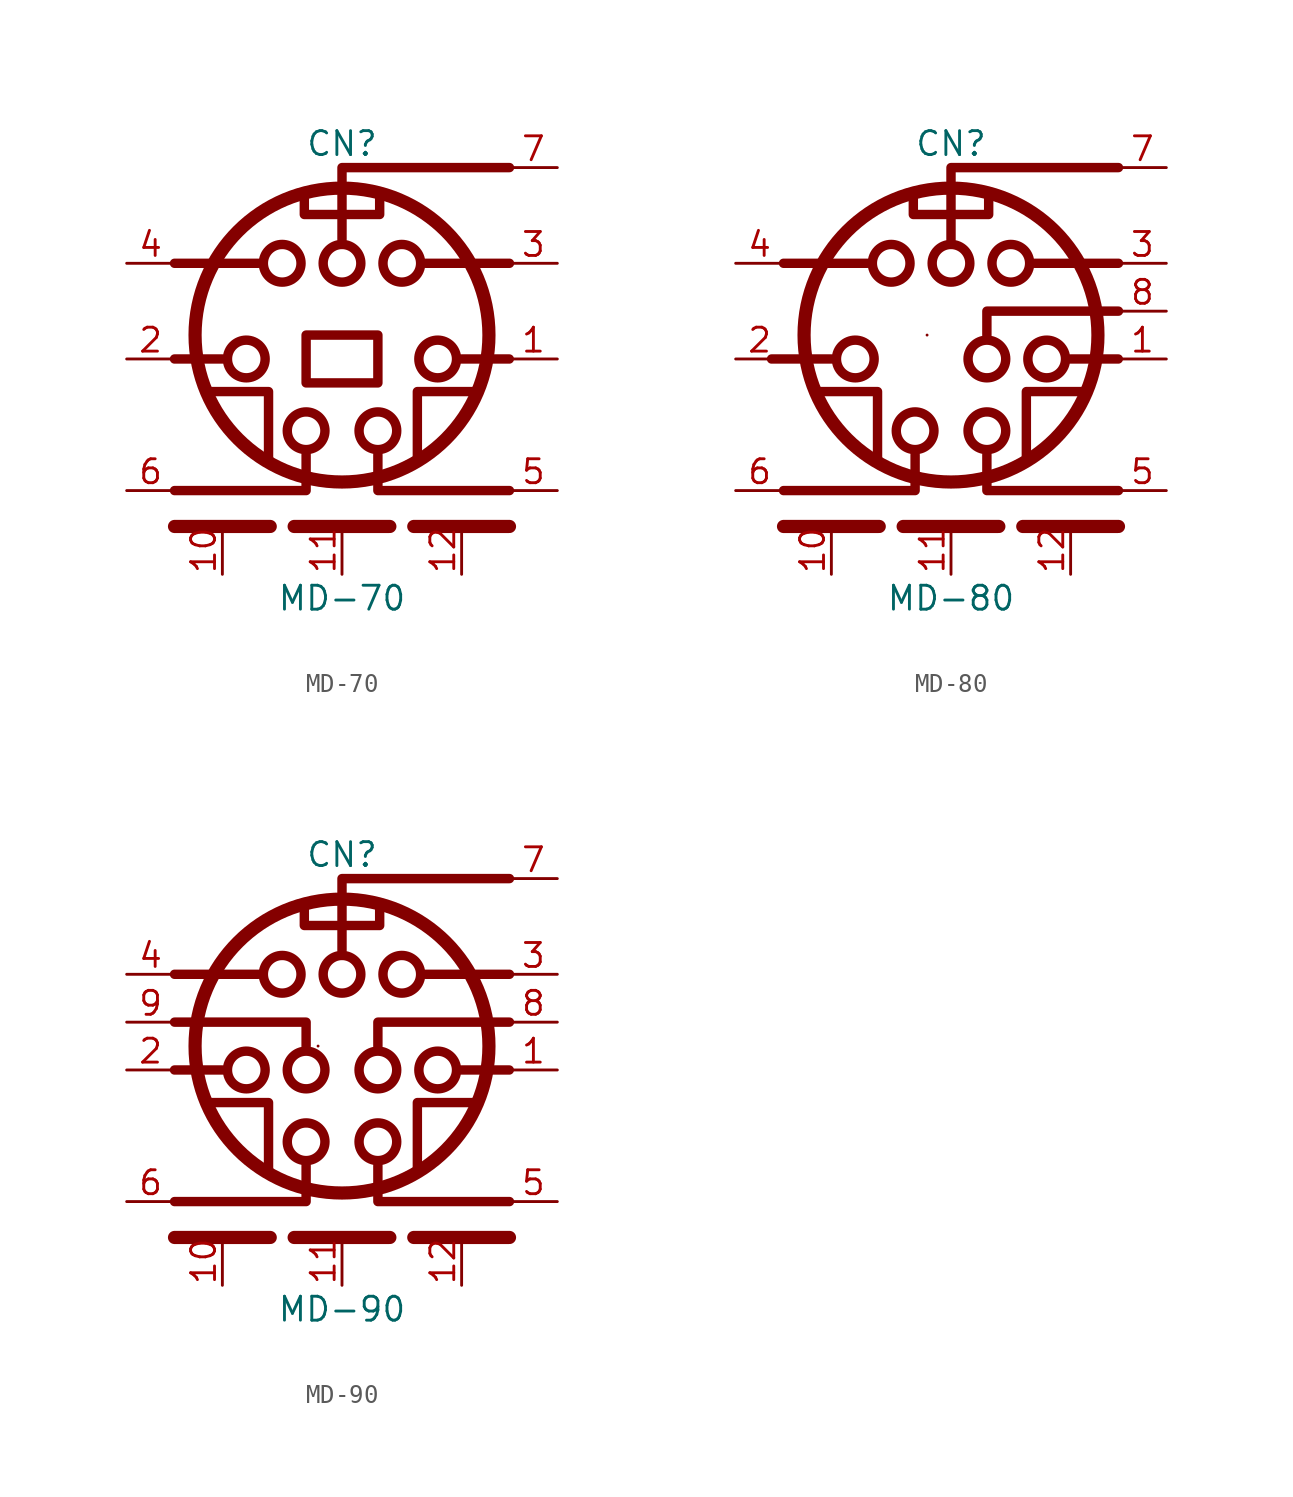
<source format=kicad_sym>
(kicad_symbol_lib
  (version 20211014)
  (generator kicad_symbol_editor)
  (symbol "MD-70"
    (property "Reference" "CN"
      (at 0 10.16 0)
      (effects (font (size 1.27 1.27))))
    (property "Value" "MD-70"
      (at 0 -13.97 0)
      (effects (font (size 1.27 1.27))))
    (symbol "MD-70_0_1"
      (circle (center -5.08 -1.27) (radius 1) (stroke (width 0.5) (type default) (color 0 0 0 0)) (fill (type none)))
      (circle (center -3.175 3.81) (radius 1) (stroke (width 0.5) (type default) (color 0 0 0 0)) (fill (type none)))
      (circle (center -1.905 -5.08) (radius 1) (stroke (width 0.5) (type default) (color 0 0 0 0)) (fill (type none)))
      (rectangle (start -1.905 0) (end 1.905 -2.54) (stroke (width 0.5) (type default) (color 0 0 0 0)) (fill (type none)))
      (rectangle (start -1.27 0) (end -1.27 0) (stroke (width 0) (type default) (color 0 0 0 0)) (fill (type none)))
      (polyline (pts (xy -8.89 -10.16) (xy -3.81 -10.16)) (stroke (width 0.7) (type default) (color 0 0 0 0)) (fill (type none)))
      (polyline (pts (xy -8.89 -1.27) (xy -6.35 -1.27)) (stroke (width 0.5) (type default) (color 0 0 0 0)) (fill (type none)))
      (polyline (pts (xy -8.89 3.81) (xy -4.445 3.81)) (stroke (width 0.5) (type default) (color 0 0 0 0)) (fill (type none)))
      (polyline (pts (xy -2.54 -10.16) (xy 2.54 -10.16)) (stroke (width 0.7) (type default) (color 0 0 0 0)) (fill (type none)))
      (polyline (pts (xy 3.81 -10.16) (xy 8.89 -10.16)) (stroke (width 0.7) (type default) (color 0 0 0 0)) (fill (type none)))
      (polyline (pts (xy 4.445 3.81) (xy 8.89 3.81)) (stroke (width 0.5) (type default) (color 0 0 0 0)) (fill (type none)))
      (polyline (pts (xy 6.35 -1.27) (xy 8.88 -1.27)) (stroke (width 0.5) (type default) (color 0 0 0 0)) (fill (type none)))
      (polyline (pts (xy -7.2 -3) (xy -3.9 -3) (xy -3.9 -6.7)) (stroke (width 0.5) (type default) (color 0 0 0 0)) (fill (type none)))
      (polyline (pts (xy -1.905 -6.35) (xy -1.905 -8.255) (xy -8.89 -8.255)) (stroke (width 0.5) (type default) (color 0 0 0 0)) (fill (type none)))
      (polyline (pts (xy 0 5.08) (xy 0 8.89) (xy 8.89 8.89)) (stroke (width 0.5) (type default) (color 0 0 0 0)) (fill (type none)))
      (polyline (pts (xy 1.905 -6.35) (xy 1.905 -8.255) (xy 8.89 -8.255)) (stroke (width 0.5) (type default) (color 0 0 0 0)) (fill (type none)))
      (polyline (pts (xy 7.2 -3) (xy 4 -3) (xy 4 -6.7)) (stroke (width 0.5) (type default) (color 0 0 0 0)) (fill (type none)))
      (polyline (pts (xy -2 7.4) (xy -2 6.4) (xy 2 6.4) (xy 2 7.4)) (stroke (width 0.5) (type default) (color 0 0 0 0)) (fill (type none)))
      (circle (center 0 0) (radius 7.8) (stroke (width 0.7) (type default) (color 0 0 0 0)) (fill (type none)))
      (circle (center 0 3.81) (radius 1) (stroke (width 0.5) (type default) (color 0 0 0 0)) (fill (type none)))
      (circle (center 1.905 -5.08) (radius 1) (stroke (width 0.5) (type default) (color 0 0 0 0)) (fill (type none)))
      (circle (center 3.175 3.81) (radius 1) (stroke (width 0.5) (type default) (color 0 0 0 0)) (fill (type none)))
      (circle (center 5.08 -1.27) (radius 1) (stroke (width 0.5) (type default) (color 0 0 0 0)) (fill (type none))))
    (symbol "MD-70_1_1"
      (pin passive line (at 11.43 -1.27 180) (length 2.54) (name "" (effects (font (size 1.27 1.27)))) (number "1" (effects (font (size 1.27 1.27)))))
      (pin passive line (at -6.35 -12.7 90) (length 2.54) (name "" (effects (font (size 1.27 1.27)))) (number "10" (effects (font (size 1.27 1.27)))))
      (pin passive line (at 0 -12.7 90) (length 2.54) (name "" (effects (font (size 1.27 1.27)))) (number "11" (effects (font (size 1.27 1.27)))))
      (pin passive line (at 6.35 -12.7 90) (length 2.54) (name "" (effects (font (size 1.27 1.27)))) (number "12" (effects (font (size 1.27 1.27)))))
      (pin passive line (at -11.43 -1.27 0) (length 2.54) (name "" (effects (font (size 1.27 1.27)))) (number "2" (effects (font (size 1.27 1.27)))))
      (pin passive line (at 11.43 3.81 180) (length 2.54) (name "" (effects (font (size 1.27 1.27)))) (number "3" (effects (font (size 1.27 1.27)))))
      (pin passive line (at -11.43 3.81 0) (length 2.54) (name "" (effects (font (size 1.27 1.27)))) (number "4" (effects (font (size 1.27 1.27)))))
      (pin passive line (at 11.43 -8.255 180) (length 2.54) (name "" (effects (font (size 1.27 1.27)))) (number "5" (effects (font (size 1.27 1.27)))))
      (pin passive line (at -11.43 -8.255 0) (length 2.54) (name "" (effects (font (size 1.27 1.27)))) (number "6" (effects (font (size 1.27 1.27)))))
      (pin passive line (at 11.43 8.89 180) (length 2.54) (name "" (effects (font (size 1.27 1.27)))) (number "7" (effects (font (size 1.27 1.27)))))))
  (symbol "MD-80"
    (property "Reference" "CN"
      (at 0 10.16 0)
      (effects (font (size 1.27 1.27))))
    (property "Value" "MD-80"
      (at 0 -13.97 0)
      (effects (font (size 1.27 1.27))))
    (symbol "MD-80_0_1"
      (circle (center -5.08 -1.27) (radius 1) (stroke (width 0.5) (type default) (color 0 0 0 0)) (fill (type none)))
      (circle (center -3.175 3.81) (radius 1) (stroke (width 0.5) (type default) (color 0 0 0 0)) (fill (type none)))
      (circle (center -1.905 -5.08) (radius 1) (stroke (width 0.5) (type default) (color 0 0 0 0)) (fill (type none)))
      (rectangle (start -1.27 0) (end -1.27 0) (stroke (width 0) (type default) (color 0 0 0 0)) (fill (type none)))
      (polyline (pts (xy -9.525 -1.27) (xy -6.35 -1.27)) (stroke (width 0.5) (type default) (color 0 0 0 0)) (fill (type none)))
      (polyline (pts (xy -8.89 -10.16) (xy -3.81 -10.16)) (stroke (width 0.7) (type default) (color 0 0 0 0)) (fill (type none)))
      (polyline (pts (xy -8.89 3.81) (xy -4.445 3.81)) (stroke (width 0.5) (type default) (color 0 0 0 0)) (fill (type none)))
      (polyline (pts (xy -2.54 -10.16) (xy 2.54 -10.16)) (stroke (width 0.7) (type default) (color 0 0 0 0)) (fill (type none)))
      (polyline (pts (xy 3.81 -10.16) (xy 8.89 -10.16)) (stroke (width 0.7) (type default) (color 0 0 0 0)) (fill (type none)))
      (polyline (pts (xy 4.445 3.81) (xy 8.89 3.81)) (stroke (width 0.5) (type default) (color 0 0 0 0)) (fill (type none)))
      (polyline (pts (xy 6.35 -1.27) (xy 8.88 -1.27)) (stroke (width 0.5) (type default) (color 0 0 0 0)) (fill (type none)))
      (polyline (pts (xy -7.2 -3) (xy -3.9 -3) (xy -3.9 -6.7)) (stroke (width 0.5) (type default) (color 0 0 0 0)) (fill (type none)))
      (polyline (pts (xy -1.905 -6.35) (xy -1.905 -8.255) (xy -8.89 -8.255)) (stroke (width 0.5) (type default) (color 0 0 0 0)) (fill (type none)))
      (polyline (pts (xy 0 5.08) (xy 0 8.89) (xy 8.89 8.89)) (stroke (width 0.5) (type default) (color 0 0 0 0)) (fill (type none)))
      (polyline (pts (xy 1.905 -6.35) (xy 1.905 -8.255) (xy 8.89 -8.255)) (stroke (width 0.5) (type default) (color 0 0 0 0)) (fill (type none)))
      (polyline (pts (xy 1.905 0) (xy 1.905 1.27) (xy 8.89 1.27)) (stroke (width 0.5) (type default) (color 0 0 0 0)) (fill (type none)))
      (polyline (pts (xy 7.2 -3) (xy 4 -3) (xy 4 -6.7)) (stroke (width 0.5) (type default) (color 0 0 0 0)) (fill (type none)))
      (polyline (pts (xy -2 7.4) (xy -2 6.4) (xy 2 6.4) (xy 2 7.4)) (stroke (width 0.5) (type default) (color 0 0 0 0)) (fill (type none)))
      (circle (center 0 0) (radius 7.8) (stroke (width 0.7) (type default) (color 0 0 0 0)) (fill (type none)))
      (circle (center 0 3.81) (radius 1) (stroke (width 0.5) (type default) (color 0 0 0 0)) (fill (type none)))
      (circle (center 1.905 -5.08) (radius 1) (stroke (width 0.5) (type default) (color 0 0 0 0)) (fill (type none)))
      (circle (center 1.905 -1.27) (radius 1) (stroke (width 0.5) (type default) (color 0 0 0 0)) (fill (type none)))
      (circle (center 3.175 3.81) (radius 1) (stroke (width 0.5) (type default) (color 0 0 0 0)) (fill (type none)))
      (circle (center 5.08 -1.27) (radius 1) (stroke (width 0.5) (type default) (color 0 0 0 0)) (fill (type none))))
    (symbol "MD-80_1_1"
      (pin passive line (at 11.43 -1.27 180) (length 2.54) (name "" (effects (font (size 1.27 1.27)))) (number "1" (effects (font (size 1.27 1.27)))))
      (pin passive line (at -6.35 -12.7 90) (length 2.54) (name "" (effects (font (size 1.27 1.27)))) (number "10" (effects (font (size 1.27 1.27)))))
      (pin passive line (at 0 -12.7 90) (length 2.54) (name "" (effects (font (size 1.27 1.27)))) (number "11" (effects (font (size 1.27 1.27)))))
      (pin passive line (at 6.35 -12.7 90) (length 2.54) (name "" (effects (font (size 1.27 1.27)))) (number "12" (effects (font (size 1.27 1.27)))))
      (pin passive line (at -11.43 -1.27 0) (length 2.54) (name "" (effects (font (size 1.27 1.27)))) (number "2" (effects (font (size 1.27 1.27)))))
      (pin passive line (at 11.43 3.81 180) (length 2.54) (name "" (effects (font (size 1.27 1.27)))) (number "3" (effects (font (size 1.27 1.27)))))
      (pin passive line (at -11.43 3.81 0) (length 2.54) (name "" (effects (font (size 1.27 1.27)))) (number "4" (effects (font (size 1.27 1.27)))))
      (pin passive line (at 11.43 -8.255 180) (length 2.54) (name "" (effects (font (size 1.27 1.27)))) (number "5" (effects (font (size 1.27 1.27)))))
      (pin passive line (at -11.43 -8.255 0) (length 2.54) (name "" (effects (font (size 1.27 1.27)))) (number "6" (effects (font (size 1.27 1.27)))))
      (pin passive line (at 11.43 8.89 180) (length 2.54) (name "" (effects (font (size 1.27 1.27)))) (number "7" (effects (font (size 1.27 1.27)))))
      (pin passive line (at 11.43 1.27 180) (length 2.54) (name "" (effects (font (size 1.27 1.27)))) (number "8" (effects (font (size 1.27 1.27)))))))
  (symbol "MD-90"
    (property "Reference" "CN"
      (at 0 10.16 0)
      (effects (font (size 1.27 1.27))))
    (property "Value" "MD-90"
      (at 0 -13.97 0)
      (effects (font (size 1.27 1.27))))
    (symbol "MD-90_0_1"
      (circle (center -5.08 -1.27) (radius 1) (stroke (width 0.5) (type default) (color 0 0 0 0)) (fill (type none)))
      (circle (center -3.175 3.81) (radius 1) (stroke (width 0.5) (type default) (color 0 0 0 0)) (fill (type none)))
      (circle (center -1.905 -5.08) (radius 1) (stroke (width 0.5) (type default) (color 0 0 0 0)) (fill (type none)))
      (circle (center -1.905 -1.27) (radius 1) (stroke (width 0.5) (type default) (color 0 0 0 0)) (fill (type none)))
      (rectangle (start -1.27 0) (end -1.27 0) (stroke (width 0) (type default) (color 0 0 0 0)) (fill (type none)))
      (polyline (pts (xy -8.89 -10.16) (xy -3.81 -10.16)) (stroke (width 0.7) (type default) (color 0 0 0 0)) (fill (type none)))
      (polyline (pts (xy -8.89 -1.27) (xy -6.35 -1.27)) (stroke (width 0.5) (type default) (color 0 0 0 0)) (fill (type none)))
      (polyline (pts (xy -8.89 3.81) (xy -4.445 3.81)) (stroke (width 0.5) (type default) (color 0 0 0 0)) (fill (type none)))
      (polyline (pts (xy -2.54 -10.16) (xy 2.54 -10.16)) (stroke (width 0.7) (type default) (color 0 0 0 0)) (fill (type none)))
      (polyline (pts (xy 3.81 -10.16) (xy 8.89 -10.16)) (stroke (width 0.7) (type default) (color 0 0 0 0)) (fill (type none)))
      (polyline (pts (xy 4.445 3.81) (xy 8.89 3.81)) (stroke (width 0.5) (type default) (color 0 0 0 0)) (fill (type none)))
      (polyline (pts (xy 6.35 -1.27) (xy 8.88 -1.27)) (stroke (width 0.5) (type default) (color 0 0 0 0)) (fill (type none)))
      (polyline (pts (xy -7.2 -3) (xy -3.9 -3) (xy -3.9 -6.7)) (stroke (width 0.5) (type default) (color 0 0 0 0)) (fill (type none)))
      (polyline (pts (xy -1.905 -6.35) (xy -1.905 -8.255) (xy -8.89 -8.255)) (stroke (width 0.5) (type default) (color 0 0 0 0)) (fill (type none)))
      (polyline (pts (xy -1.905 0) (xy -1.905 1.27) (xy -8.89 1.27)) (stroke (width 0.5) (type default) (color 0 0 0 0)) (fill (type none)))
      (polyline (pts (xy 0 5.08) (xy 0 8.89) (xy 8.89 8.89)) (stroke (width 0.5) (type default) (color 0 0 0 0)) (fill (type none)))
      (polyline (pts (xy 1.905 -6.35) (xy 1.905 -8.255) (xy 8.89 -8.255)) (stroke (width 0.5) (type default) (color 0 0 0 0)) (fill (type none)))
      (polyline (pts (xy 1.905 0) (xy 1.905 1.27) (xy 8.89 1.27)) (stroke (width 0.5) (type default) (color 0 0 0 0)) (fill (type none)))
      (polyline (pts (xy 7.2 -3) (xy 4 -3) (xy 4 -6.7)) (stroke (width 0.5) (type default) (color 0 0 0 0)) (fill (type none)))
      (polyline (pts (xy -2 7.4) (xy -2 6.4) (xy 2 6.4) (xy 2 7.4)) (stroke (width 0.5) (type default) (color 0 0 0 0)) (fill (type none)))
      (circle (center 0 0) (radius 7.8) (stroke (width 0.7) (type default) (color 0 0 0 0)) (fill (type none)))
      (circle (center 0 3.81) (radius 1) (stroke (width 0.5) (type default) (color 0 0 0 0)) (fill (type none)))
      (circle (center 1.905 -5.08) (radius 1) (stroke (width 0.5) (type default) (color 0 0 0 0)) (fill (type none)))
      (circle (center 1.905 -1.27) (radius 1) (stroke (width 0.5) (type default) (color 0 0 0 0)) (fill (type none)))
      (circle (center 3.175 3.81) (radius 1) (stroke (width 0.5) (type default) (color 0 0 0 0)) (fill (type none)))
      (circle (center 5.08 -1.27) (radius 1) (stroke (width 0.5) (type default) (color 0 0 0 0)) (fill (type none))))
    (symbol "MD-90_1_1"
      (pin passive line (at 11.43 -1.27 180) (length 2.54) (name "" (effects (font (size 1.27 1.27)))) (number "1" (effects (font (size 1.27 1.27)))))
      (pin passive line (at -6.35 -12.7 90) (length 2.54) (name "" (effects (font (size 1.27 1.27)))) (number "10" (effects (font (size 1.27 1.27)))))
      (pin passive line (at 0 -12.7 90) (length 2.54) (name "" (effects (font (size 1.27 1.27)))) (number "11" (effects (font (size 1.27 1.27)))))
      (pin passive line (at 6.35 -12.7 90) (length 2.54) (name "" (effects (font (size 1.27 1.27)))) (number "12" (effects (font (size 1.27 1.27)))))
      (pin passive line (at -11.43 -1.27 0) (length 2.54) (name "" (effects (font (size 1.27 1.27)))) (number "2" (effects (font (size 1.27 1.27)))))
      (pin passive line (at 11.43 3.81 180) (length 2.54) (name "" (effects (font (size 1.27 1.27)))) (number "3" (effects (font (size 1.27 1.27)))))
      (pin passive line (at -11.43 3.81 0) (length 2.54) (name "" (effects (font (size 1.27 1.27)))) (number "4" (effects (font (size 1.27 1.27)))))
      (pin passive line (at 11.43 -8.255 180) (length 2.54) (name "" (effects (font (size 1.27 1.27)))) (number "5" (effects (font (size 1.27 1.27)))))
      (pin passive line (at -11.43 -8.255 0) (length 2.54) (name "" (effects (font (size 1.27 1.27)))) (number "6" (effects (font (size 1.27 1.27)))))
      (pin passive line (at 11.43 8.89 180) (length 2.54) (name "" (effects (font (size 1.27 1.27)))) (number "7" (effects (font (size 1.27 1.27)))))
      (pin passive line (at 11.43 1.27 180) (length 2.54) (name "" (effects (font (size 1.27 1.27)))) (number "8" (effects (font (size 1.27 1.27)))))
      (pin passive line (at -11.43 1.27 0) (length 2.54) (name "" (effects (font (size 1.27 1.27)))) (number "9" (effects (font (size 1.27 1.27))))))))
</source>
